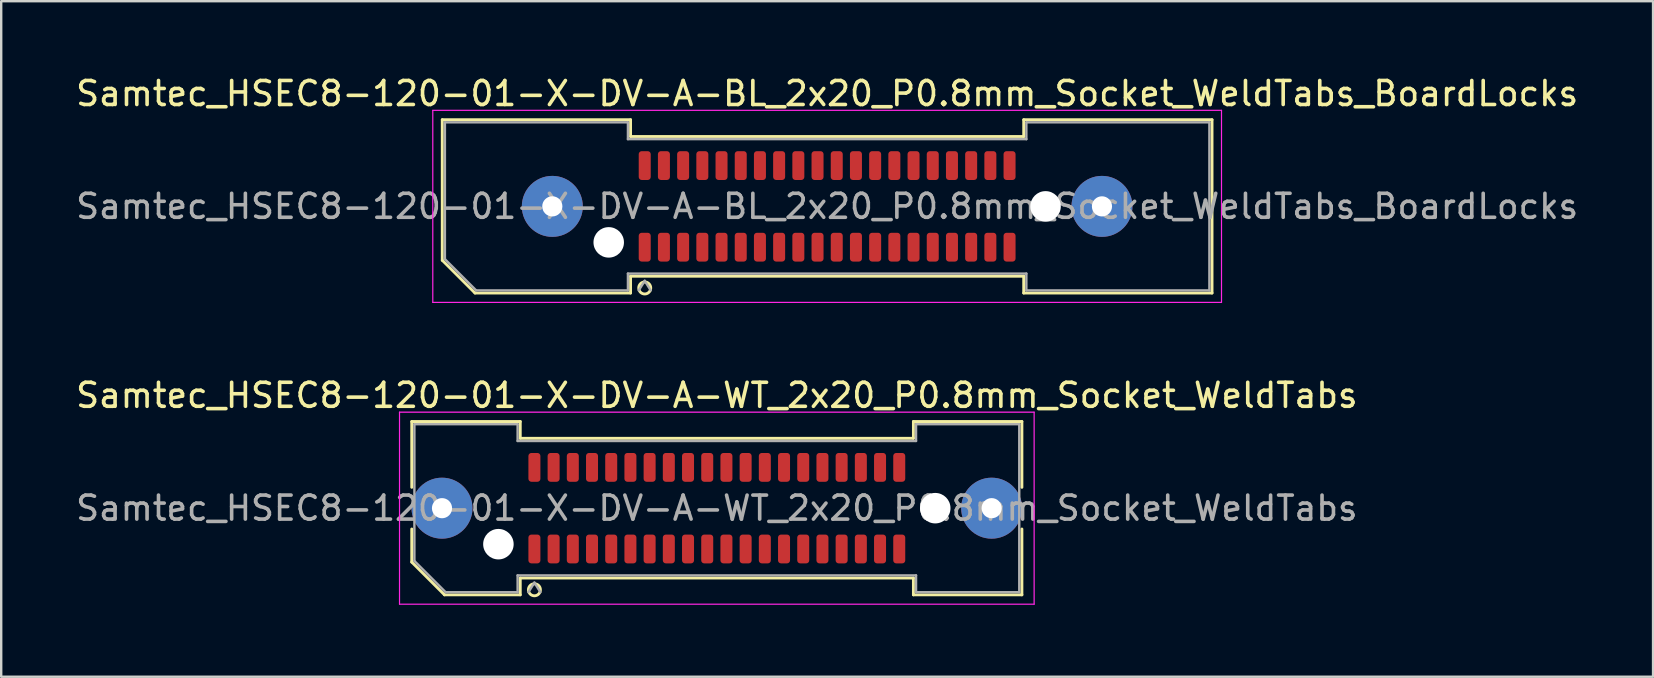
<source format=kicad_pcb>
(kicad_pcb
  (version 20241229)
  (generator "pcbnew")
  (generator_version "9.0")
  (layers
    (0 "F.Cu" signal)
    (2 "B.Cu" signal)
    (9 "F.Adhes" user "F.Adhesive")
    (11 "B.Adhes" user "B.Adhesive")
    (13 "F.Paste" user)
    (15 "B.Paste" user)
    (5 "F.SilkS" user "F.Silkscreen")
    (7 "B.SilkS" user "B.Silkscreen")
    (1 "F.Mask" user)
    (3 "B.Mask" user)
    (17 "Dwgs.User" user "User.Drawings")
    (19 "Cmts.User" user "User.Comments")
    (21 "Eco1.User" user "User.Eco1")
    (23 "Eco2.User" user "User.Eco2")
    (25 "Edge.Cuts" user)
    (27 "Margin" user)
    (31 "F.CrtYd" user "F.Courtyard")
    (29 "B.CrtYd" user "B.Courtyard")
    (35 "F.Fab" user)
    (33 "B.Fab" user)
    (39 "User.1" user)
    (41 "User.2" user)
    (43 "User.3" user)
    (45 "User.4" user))
  (footprint "Samtec_HSEC8-120-01-X-DV-A-BL_2x20_P0.8mm_Socket_WeldTabs_BoardLocks"
    (layer "F.Cu")
    (at 31.411 5.548)
    (property "Reference" "Samtec_HSEC8-120-01-X-DV-A-BL_2x20_P0.8mm_Socket_WeldTabs_BoardLocks" (at 0 -4.7 0) (layer "F.SilkS") (effects (font (size 1 1) (thickness 0.15))))
    (attr smd)
    (fp_line (start -16.035 -3.61) (end -8.19 -3.61) (stroke (width 0.12) (type solid)) (layer "F.SilkS"))
    (fp_line (start -16.035 2.246) (end -16.035 -3.61) (stroke (width 0.12) (type solid)) (layer "F.SilkS"))
    (fp_line (start -14.671 3.61) (end -16.035 2.246) (stroke (width 0.12) (type solid)) (layer "F.SilkS"))
    (fp_line (start -8.19 -3.61) (end -8.19 -2.91) (stroke (width 0.12) (type solid)) (layer "F.SilkS"))
    (fp_line (start -8.19 -2.91) (end 8.19 -2.91) (stroke (width 0.12) (type solid)) (layer "F.SilkS"))
    (fp_line (start -8.19 2.91) (end -8.19 3.61) (stroke (width 0.12) (type solid)) (layer "F.SilkS"))
    (fp_line (start -8.19 3.61) (end -14.671 3.61) (stroke (width 0.12) (type solid)) (layer "F.SilkS"))
    (fp_line (start 8.19 -3.61) (end 16.035 -3.61) (stroke (width 0.12) (type solid)) (layer "F.SilkS"))
    (fp_line (start 8.19 -2.91) (end 8.19 -3.61) (stroke (width 0.12) (type solid)) (layer "F.SilkS"))
    (fp_line (start 8.19 2.91) (end -8.19 2.91) (stroke (width 0.12) (type solid)) (layer "F.SilkS"))
    (fp_line (start 8.19 3.61) (end 8.19 2.91) (stroke (width 0.12) (type solid)) (layer "F.SilkS"))
    (fp_line (start 16.035 -3.61) (end 16.035 3.61) (stroke (width 0.12) (type solid)) (layer "F.SilkS"))
    (fp_line (start 16.035 3.61) (end 8.19 3.61) (stroke (width 0.12) (type solid)) (layer "F.SilkS"))
    (fp_circle (center -7.6 3.4) (end -7.35 3.4) (stroke (width 0.12) (type solid)) (fill no) (layer "F.SilkS"))
    (fp_line (start -16.43 -4) (end -16.43 4) (stroke (width 0.05) (type solid)) (layer "F.CrtYd"))
    (fp_line (start -16.43 4) (end 16.43 4) (stroke (width 0.05) (type solid)) (layer "F.CrtYd"))
    (fp_line (start 16.43 -4) (end -16.43 -4) (stroke (width 0.05) (type solid)) (layer "F.CrtYd"))
    (fp_line (start 16.43 4) (end 16.43 -4) (stroke (width 0.05) (type solid)) (layer "F.CrtYd"))
    (fp_line (start -15.925 -3.5) (end -8.3 -3.5) (stroke (width 0.1) (type solid)) (layer "F.Fab"))
    (fp_line (start -15.925 2.2) (end -15.925 -3.5) (stroke (width 0.1) (type solid)) (layer "F.Fab"))
    (fp_line (start -14.625 3.5) (end -15.925 2.2) (stroke (width 0.1) (type solid)) (layer "F.Fab"))
    (fp_line (start -8.3 -3.5) (end -8.3 -2.8) (stroke (width 0.1) (type solid)) (layer "F.Fab"))
    (fp_line (start -8.3 -2.8) (end 8.3 -2.8) (stroke (width 0.1) (type solid)) (layer "F.Fab"))
    (fp_line (start -8.3 2.8) (end -8.3 3.5) (stroke (width 0.1) (type solid)) (layer "F.Fab"))
    (fp_line (start -8.3 3.5) (end -14.625 3.5) (stroke (width 0.1) (type solid)) (layer "F.Fab"))
    (fp_line (start -7.6 3.1) (end -7.85 3.5) (stroke (width 0.1) (type solid)) (layer "F.Fab"))
    (fp_line (start -7.6 3.1) (end -7.35 3.5) (stroke (width 0.1) (type solid)) (layer "F.Fab"))
    (fp_line (start 8.3 -3.5) (end 15.925 -3.5) (stroke (width 0.1) (type solid)) (layer "F.Fab"))
    (fp_line (start 8.3 -2.8) (end 8.3 -3.5) (stroke (width 0.1) (type solid)) (layer "F.Fab"))
    (fp_line (start 8.3 2.8) (end -8.3 2.8) (stroke (width 0.1) (type solid)) (layer "F.Fab"))
    (fp_line (start 8.3 3.5) (end 8.3 2.8) (stroke (width 0.1) (type solid)) (layer "F.Fab"))
    (fp_line (start 15.925 -3.5) (end 15.925 3.5) (stroke (width 0.1) (type solid)) (layer "F.Fab"))
    (fp_line (start 15.925 3.5) (end 8.3 3.5) (stroke (width 0.1) (type solid)) (layer "F.Fab"))
    (fp_text user "${REFERENCE}" (at 0 0 0) (layer "F.Fab") (effects (font (size 1 1) (thickness 0.15))))
    (pad "" thru_hole circle (at -11.45 0) (size 2.54 2.54) (drill 0.84) (layers "*.Cu" "*.Mask" "F.Paste"))
    (pad "" np_thru_hole circle (at -9.1 1.5) (size 1.27 1.27) (drill 1.27) (layers "*.Cu" "*.Mask"))
    (pad "" np_thru_hole circle (at 9.1 0) (size 1.27 1.27) (drill 1.27) (layers "*.Cu" "*.Mask"))
    (pad "" thru_hole circle (at 11.45 0) (size 2.54 2.54) (drill 0.84) (layers "*.Cu" "*.Mask" "F.Paste"))
    (pad "1" smd roundrect (at -7.6 1.7) (size 0.5 1.2) (layers "F.Cu" "F.Mask" "F.Paste") (roundrect_rratio 0.25))
    (pad "2" smd roundrect (at -7.6 -1.7) (size 0.5 1.2) (layers "F.Cu" "F.Mask" "F.Paste") (roundrect_rratio 0.25))
    (pad "3" smd roundrect (at -6.8 1.7) (size 0.5 1.2) (layers "F.Cu" "F.Mask" "F.Paste") (roundrect_rratio 0.25))
    (pad "4" smd roundrect (at -6.8 -1.7) (size 0.5 1.2) (layers "F.Cu" "F.Mask" "F.Paste") (roundrect_rratio 0.25))
    (pad "5" smd roundrect (at -6 1.7) (size 0.5 1.2) (layers "F.Cu" "F.Mask" "F.Paste") (roundrect_rratio 0.25))
    (pad "6" smd roundrect (at -6 -1.7) (size 0.5 1.2) (layers "F.Cu" "F.Mask" "F.Paste") (roundrect_rratio 0.25))
    (pad "7" smd roundrect (at -5.2 1.7) (size 0.5 1.2) (layers "F.Cu" "F.Mask" "F.Paste") (roundrect_rratio 0.25))
    (pad "8" smd roundrect (at -5.2 -1.7) (size 0.5 1.2) (layers "F.Cu" "F.Mask" "F.Paste") (roundrect_rratio 0.25))
    (pad "9" smd roundrect (at -4.4 1.7) (size 0.5 1.2) (layers "F.Cu" "F.Mask" "F.Paste") (roundrect_rratio 0.25))
    (pad "10" smd roundrect (at -4.4 -1.7) (size 0.5 1.2) (layers "F.Cu" "F.Mask" "F.Paste") (roundrect_rratio 0.25))
    (pad "11" smd roundrect (at -3.6 1.7) (size 0.5 1.2) (layers "F.Cu" "F.Mask" "F.Paste") (roundrect_rratio 0.25))
    (pad "12" smd roundrect (at -3.6 -1.7) (size 0.5 1.2) (layers "F.Cu" "F.Mask" "F.Paste") (roundrect_rratio 0.25))
    (pad "13" smd roundrect (at -2.8 1.7) (size 0.5 1.2) (layers "F.Cu" "F.Mask" "F.Paste") (roundrect_rratio 0.25))
    (pad "14" smd roundrect (at -2.8 -1.7) (size 0.5 1.2) (layers "F.Cu" "F.Mask" "F.Paste") (roundrect_rratio 0.25))
    (pad "15" smd roundrect (at -2 1.7) (size 0.5 1.2) (layers "F.Cu" "F.Mask" "F.Paste") (roundrect_rratio 0.25))
    (pad "16" smd roundrect (at -2 -1.7) (size 0.5 1.2) (layers "F.Cu" "F.Mask" "F.Paste") (roundrect_rratio 0.25))
    (pad "17" smd roundrect (at -1.2 1.7) (size 0.5 1.2) (layers "F.Cu" "F.Mask" "F.Paste") (roundrect_rratio 0.25))
    (pad "18" smd roundrect (at -1.2 -1.7) (size 0.5 1.2) (layers "F.Cu" "F.Mask" "F.Paste") (roundrect_rratio 0.25))
    (pad "19" smd roundrect (at -0.4 1.7) (size 0.5 1.2) (layers "F.Cu" "F.Mask" "F.Paste") (roundrect_rratio 0.25))
    (pad "20" smd roundrect (at -0.4 -1.7) (size 0.5 1.2) (layers "F.Cu" "F.Mask" "F.Paste") (roundrect_rratio 0.25))
    (pad "21" smd roundrect (at 0.4 1.7) (size 0.5 1.2) (layers "F.Cu" "F.Mask" "F.Paste") (roundrect_rratio 0.25))
    (pad "22" smd roundrect (at 0.4 -1.7) (size 0.5 1.2) (layers "F.Cu" "F.Mask" "F.Paste") (roundrect_rratio 0.25))
    (pad "23" smd roundrect (at 1.2 1.7) (size 0.5 1.2) (layers "F.Cu" "F.Mask" "F.Paste") (roundrect_rratio 0.25))
    (pad "24" smd roundrect (at 1.2 -1.7) (size 0.5 1.2) (layers "F.Cu" "F.Mask" "F.Paste") (roundrect_rratio 0.25))
    (pad "25" smd roundrect (at 2 1.7) (size 0.5 1.2) (layers "F.Cu" "F.Mask" "F.Paste") (roundrect_rratio 0.25))
    (pad "26" smd roundrect (at 2 -1.7) (size 0.5 1.2) (layers "F.Cu" "F.Mask" "F.Paste") (roundrect_rratio 0.25))
    (pad "27" smd roundrect (at 2.8 1.7) (size 0.5 1.2) (layers "F.Cu" "F.Mask" "F.Paste") (roundrect_rratio 0.25))
    (pad "28" smd roundrect (at 2.8 -1.7) (size 0.5 1.2) (layers "F.Cu" "F.Mask" "F.Paste") (roundrect_rratio 0.25))
    (pad "29" smd roundrect (at 3.6 1.7) (size 0.5 1.2) (layers "F.Cu" "F.Mask" "F.Paste") (roundrect_rratio 0.25))
    (pad "30" smd roundrect (at 3.6 -1.7) (size 0.5 1.2) (layers "F.Cu" "F.Mask" "F.Paste") (roundrect_rratio 0.25))
    (pad "31" smd roundrect (at 4.4 1.7) (size 0.5 1.2) (layers "F.Cu" "F.Mask" "F.Paste") (roundrect_rratio 0.25))
    (pad "32" smd roundrect (at 4.4 -1.7) (size 0.5 1.2) (layers "F.Cu" "F.Mask" "F.Paste") (roundrect_rratio 0.25))
    (pad "33" smd roundrect (at 5.2 1.7) (size 0.5 1.2) (layers "F.Cu" "F.Mask" "F.Paste") (roundrect_rratio 0.25))
    (pad "34" smd roundrect (at 5.2 -1.7) (size 0.5 1.2) (layers "F.Cu" "F.Mask" "F.Paste") (roundrect_rratio 0.25))
    (pad "35" smd roundrect (at 6 1.7) (size 0.5 1.2) (layers "F.Cu" "F.Mask" "F.Paste") (roundrect_rratio 0.25))
    (pad "36" smd roundrect (at 6 -1.7) (size 0.5 1.2) (layers "F.Cu" "F.Mask" "F.Paste") (roundrect_rratio 0.25))
    (pad "37" smd roundrect (at 6.8 1.7) (size 0.5 1.2) (layers "F.Cu" "F.Mask" "F.Paste") (roundrect_rratio 0.25))
    (pad "38" smd roundrect (at 6.8 -1.7) (size 0.5 1.2) (layers "F.Cu" "F.Mask" "F.Paste") (roundrect_rratio 0.25))
    (pad "39" smd roundrect (at 7.6 1.7) (size 0.5 1.2) (layers "F.Cu" "F.Mask" "F.Paste") (roundrect_rratio 0.25))
    (pad "40" smd roundrect (at 7.6 -1.7) (size 0.5 1.2) (layers "F.Cu" "F.Mask" "F.Paste") (roundrect_rratio 0.25)))
  (footprint "Samtec_HSEC8-120-01-X-DV-A-WT_2x20_P0.8mm_Socket_WeldTabs"
    (layer "F.Cu")
    (at 26.815 18.122)
    (property "Reference" "Samtec_HSEC8-120-01-X-DV-A-WT_2x20_P0.8mm_Socket_WeldTabs" (at 0 -4.7 0) (layer "F.SilkS") (effects (font (size 1 1) (thickness 0.15))))
    (attr smd)
    (fp_line (start -12.71 -3.61) (end -8.19 -3.61) (stroke (width 0.12) (type solid)) (layer "F.SilkS"))
    (fp_line (start -12.71 -0.868) (end -12.71 -3.61) (stroke (width 0.12) (type solid)) (layer "F.SilkS"))
    (fp_line (start -12.71 2.246) (end -12.71 0.868) (stroke (width 0.12) (type solid)) (layer "F.SilkS"))
    (fp_line (start -11.346 3.61) (end -12.71 2.246) (stroke (width 0.12) (type solid)) (layer "F.SilkS"))
    (fp_line (start -8.19 -3.61) (end -8.19 -2.91) (stroke (width 0.12) (type solid)) (layer "F.SilkS"))
    (fp_line (start -8.19 -2.91) (end 8.19 -2.91) (stroke (width 0.12) (type solid)) (layer "F.SilkS"))
    (fp_line (start -8.19 2.91) (end -8.19 3.61) (stroke (width 0.12) (type solid)) (layer "F.SilkS"))
    (fp_line (start -8.19 3.61) (end -11.346 3.61) (stroke (width 0.12) (type solid)) (layer "F.SilkS"))
    (fp_line (start 8.19 -3.61) (end 12.71 -3.61) (stroke (width 0.12) (type solid)) (layer "F.SilkS"))
    (fp_line (start 8.19 -2.91) (end 8.19 -3.61) (stroke (width 0.12) (type solid)) (layer "F.SilkS"))
    (fp_line (start 8.19 2.91) (end -8.19 2.91) (stroke (width 0.12) (type solid)) (layer "F.SilkS"))
    (fp_line (start 8.19 3.61) (end 8.19 2.91) (stroke (width 0.12) (type solid)) (layer "F.SilkS"))
    (fp_line (start 12.71 -3.61) (end 12.71 -0.868) (stroke (width 0.12) (type solid)) (layer "F.SilkS"))
    (fp_line (start 12.71 0.868) (end 12.71 3.61) (stroke (width 0.12) (type solid)) (layer "F.SilkS"))
    (fp_line (start 12.71 3.61) (end 8.19 3.61) (stroke (width 0.12) (type solid)) (layer "F.SilkS"))
    (fp_arc (start -7.35 3.4) (mid -7.85 3.4) (end -7.35 3.4) (stroke (width 0.12) (type solid)) (layer "F.SilkS"))
    (fp_line (start -13.22 -4) (end -13.22 4) (stroke (width 0.05) (type solid)) (layer "F.CrtYd"))
    (fp_line (start -13.22 4) (end 13.22 4) (stroke (width 0.05) (type solid)) (layer "F.CrtYd"))
    (fp_line (start 13.22 -4) (end -13.22 -4) (stroke (width 0.05) (type solid)) (layer "F.CrtYd"))
    (fp_line (start 13.22 4) (end 13.22 -4) (stroke (width 0.05) (type solid)) (layer "F.CrtYd"))
    (fp_line (start -12.6 -3.5) (end -8.3 -3.5) (stroke (width 0.1) (type solid)) (layer "F.Fab"))
    (fp_line (start -12.6 2.2) (end -12.6 -3.5) (stroke (width 0.1) (type solid)) (layer "F.Fab"))
    (fp_line (start -11.3 3.5) (end -12.6 2.2) (stroke (width 0.1) (type solid)) (layer "F.Fab"))
    (fp_line (start -8.3 -3.5) (end -8.3 -2.8) (stroke (width 0.1) (type solid)) (layer "F.Fab"))
    (fp_line (start -8.3 -2.8) (end 8.3 -2.8) (stroke (width 0.1) (type solid)) (layer "F.Fab"))
    (fp_line (start -8.3 2.8) (end -8.3 3.5) (stroke (width 0.1) (type solid)) (layer "F.Fab"))
    (fp_line (start -8.3 3.5) (end -11.3 3.5) (stroke (width 0.1) (type solid)) (layer "F.Fab"))
    (fp_line (start -7.6 3.1) (end -7.85 3.5) (stroke (width 0.1) (type solid)) (layer "F.Fab"))
    (fp_line (start -7.6 3.1) (end -7.35 3.5) (stroke (width 0.1) (type solid)) (layer "F.Fab"))
    (fp_line (start 8.3 -3.5) (end 12.6 -3.5) (stroke (width 0.1) (type solid)) (layer "F.Fab"))
    (fp_line (start 8.3 -2.8) (end 8.3 -3.5) (stroke (width 0.1) (type solid)) (layer "F.Fab"))
    (fp_line (start 8.3 2.8) (end -8.3 2.8) (stroke (width 0.1) (type solid)) (layer "F.Fab"))
    (fp_line (start 8.3 3.5) (end 8.3 2.8) (stroke (width 0.1) (type solid)) (layer "F.Fab"))
    (fp_line (start 12.6 -3.5) (end 12.6 3.5) (stroke (width 0.1) (type solid)) (layer "F.Fab"))
    (fp_line (start 12.6 3.5) (end 8.3 3.5) (stroke (width 0.1) (type solid)) (layer "F.Fab"))
    (fp_text user "${REFERENCE}" (at 0 0 0) (layer "F.Fab") (effects (font (size 1 1) (thickness 0.15))))
    (pad "" thru_hole circle (at -11.45 0) (size 2.54 2.54) (drill 0.84) (layers "*.Cu" "*.Mask" "F.Paste"))
    (pad "" np_thru_hole circle (at -9.1 1.5) (size 1.27 1.27) (drill 1.27) (layers "*.Cu" "*.Mask"))
    (pad "" np_thru_hole circle (at 9.1 0) (size 1.27 1.27) (drill 1.27) (layers "*.Cu" "*.Mask"))
    (pad "" thru_hole circle (at 11.45 0) (size 2.54 2.54) (drill 0.84) (layers "*.Cu" "*.Mask" "F.Paste"))
    (pad "1" smd roundrect (at -7.6 1.7) (size 0.5 1.2) (layers "F.Cu" "F.Mask" "F.Paste") (roundrect_rratio 0.25))
    (pad "2" smd roundrect (at -7.6 -1.7) (size 0.5 1.2) (layers "F.Cu" "F.Mask" "F.Paste") (roundrect_rratio 0.25))
    (pad "3" smd roundrect (at -6.8 1.7) (size 0.5 1.2) (layers "F.Cu" "F.Mask" "F.Paste") (roundrect_rratio 0.25))
    (pad "4" smd roundrect (at -6.8 -1.7) (size 0.5 1.2) (layers "F.Cu" "F.Mask" "F.Paste") (roundrect_rratio 0.25))
    (pad "5" smd roundrect (at -6 1.7) (size 0.5 1.2) (layers "F.Cu" "F.Mask" "F.Paste") (roundrect_rratio 0.25))
    (pad "6" smd roundrect (at -6 -1.7) (size 0.5 1.2) (layers "F.Cu" "F.Mask" "F.Paste") (roundrect_rratio 0.25))
    (pad "7" smd roundrect (at -5.2 1.7) (size 0.5 1.2) (layers "F.Cu" "F.Mask" "F.Paste") (roundrect_rratio 0.25))
    (pad "8" smd roundrect (at -5.2 -1.7) (size 0.5 1.2) (layers "F.Cu" "F.Mask" "F.Paste") (roundrect_rratio 0.25))
    (pad "9" smd roundrect (at -4.4 1.7) (size 0.5 1.2) (layers "F.Cu" "F.Mask" "F.Paste") (roundrect_rratio 0.25))
    (pad "10" smd roundrect (at -4.4 -1.7) (size 0.5 1.2) (layers "F.Cu" "F.Mask" "F.Paste") (roundrect_rratio 0.25))
    (pad "11" smd roundrect (at -3.6 1.7) (size 0.5 1.2) (layers "F.Cu" "F.Mask" "F.Paste") (roundrect_rratio 0.25))
    (pad "12" smd roundrect (at -3.6 -1.7) (size 0.5 1.2) (layers "F.Cu" "F.Mask" "F.Paste") (roundrect_rratio 0.25))
    (pad "13" smd roundrect (at -2.8 1.7) (size 0.5 1.2) (layers "F.Cu" "F.Mask" "F.Paste") (roundrect_rratio 0.25))
    (pad "14" smd roundrect (at -2.8 -1.7) (size 0.5 1.2) (layers "F.Cu" "F.Mask" "F.Paste") (roundrect_rratio 0.25))
    (pad "15" smd roundrect (at -2 1.7) (size 0.5 1.2) (layers "F.Cu" "F.Mask" "F.Paste") (roundrect_rratio 0.25))
    (pad "16" smd roundrect (at -2 -1.7) (size 0.5 1.2) (layers "F.Cu" "F.Mask" "F.Paste") (roundrect_rratio 0.25))
    (pad "17" smd roundrect (at -1.2 1.7) (size 0.5 1.2) (layers "F.Cu" "F.Mask" "F.Paste") (roundrect_rratio 0.25))
    (pad "18" smd roundrect (at -1.2 -1.7) (size 0.5 1.2) (layers "F.Cu" "F.Mask" "F.Paste") (roundrect_rratio 0.25))
    (pad "19" smd roundrect (at -0.4 1.7) (size 0.5 1.2) (layers "F.Cu" "F.Mask" "F.Paste") (roundrect_rratio 0.25))
    (pad "20" smd roundrect (at -0.4 -1.7) (size 0.5 1.2) (layers "F.Cu" "F.Mask" "F.Paste") (roundrect_rratio 0.25))
    (pad "21" smd roundrect (at 0.4 1.7) (size 0.5 1.2) (layers "F.Cu" "F.Mask" "F.Paste") (roundrect_rratio 0.25))
    (pad "22" smd roundrect (at 0.4 -1.7) (size 0.5 1.2) (layers "F.Cu" "F.Mask" "F.Paste") (roundrect_rratio 0.25))
    (pad "23" smd roundrect (at 1.2 1.7) (size 0.5 1.2) (layers "F.Cu" "F.Mask" "F.Paste") (roundrect_rratio 0.25))
    (pad "24" smd roundrect (at 1.2 -1.7) (size 0.5 1.2) (layers "F.Cu" "F.Mask" "F.Paste") (roundrect_rratio 0.25))
    (pad "25" smd roundrect (at 2 1.7) (size 0.5 1.2) (layers "F.Cu" "F.Mask" "F.Paste") (roundrect_rratio 0.25))
    (pad "26" smd roundrect (at 2 -1.7) (size 0.5 1.2) (layers "F.Cu" "F.Mask" "F.Paste") (roundrect_rratio 0.25))
    (pad "27" smd roundrect (at 2.8 1.7) (size 0.5 1.2) (layers "F.Cu" "F.Mask" "F.Paste") (roundrect_rratio 0.25))
    (pad "28" smd roundrect (at 2.8 -1.7) (size 0.5 1.2) (layers "F.Cu" "F.Mask" "F.Paste") (roundrect_rratio 0.25))
    (pad "29" smd roundrect (at 3.6 1.7) (size 0.5 1.2) (layers "F.Cu" "F.Mask" "F.Paste") (roundrect_rratio 0.25))
    (pad "30" smd roundrect (at 3.6 -1.7) (size 0.5 1.2) (layers "F.Cu" "F.Mask" "F.Paste") (roundrect_rratio 0.25))
    (pad "31" smd roundrect (at 4.4 1.7) (size 0.5 1.2) (layers "F.Cu" "F.Mask" "F.Paste") (roundrect_rratio 0.25))
    (pad "32" smd roundrect (at 4.4 -1.7) (size 0.5 1.2) (layers "F.Cu" "F.Mask" "F.Paste") (roundrect_rratio 0.25))
    (pad "33" smd roundrect (at 5.2 1.7) (size 0.5 1.2) (layers "F.Cu" "F.Mask" "F.Paste") (roundrect_rratio 0.25))
    (pad "34" smd roundrect (at 5.2 -1.7) (size 0.5 1.2) (layers "F.Cu" "F.Mask" "F.Paste") (roundrect_rratio 0.25))
    (pad "35" smd roundrect (at 6 1.7) (size 0.5 1.2) (layers "F.Cu" "F.Mask" "F.Paste") (roundrect_rratio 0.25))
    (pad "36" smd roundrect (at 6 -1.7) (size 0.5 1.2) (layers "F.Cu" "F.Mask" "F.Paste") (roundrect_rratio 0.25))
    (pad "37" smd roundrect (at 6.8 1.7) (size 0.5 1.2) (layers "F.Cu" "F.Mask" "F.Paste") (roundrect_rratio 0.25))
    (pad "38" smd roundrect (at 6.8 -1.7) (size 0.5 1.2) (layers "F.Cu" "F.Mask" "F.Paste") (roundrect_rratio 0.25))
    (pad "39" smd roundrect (at 7.6 1.7) (size 0.5 1.2) (layers "F.Cu" "F.Mask" "F.Paste") (roundrect_rratio 0.25))
    (pad "40" smd roundrect (at 7.6 -1.7) (size 0.5 1.2) (layers "F.Cu" "F.Mask" "F.Paste") (roundrect_rratio 0.25)))
  (gr_rect
    (start -3 -3)
    (end 65.821 25.146)
    (stroke (width 0.1) (type default))
    (fill no)
    (layer "Edge.Cuts")))
</source>
